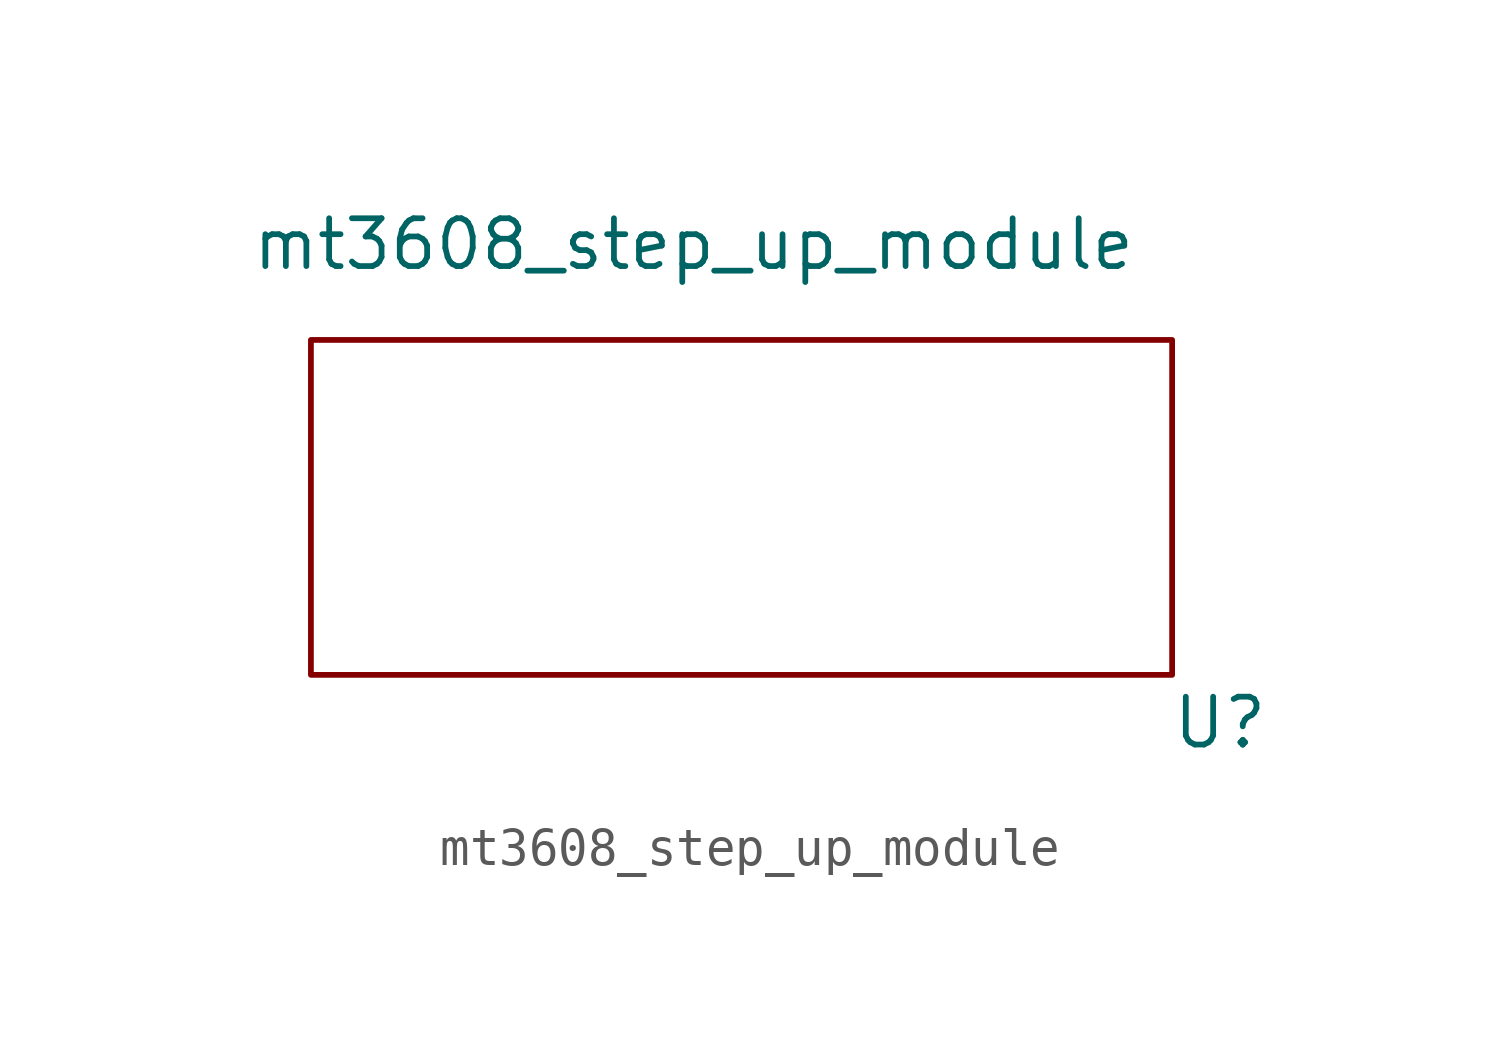
<source format=kicad_sym>
(kicad_symbol_lib
  (version 20211014)
  (generator kicad_symbol_editor)
  (symbol "mt3608_step_up_module"
    (property "Reference" "U"
      (at 12.7 -6.35 0)
      (effects (font (size 1.27 1.27))))
    (property "Value" "mt3608_step_up_module"
      (at -1.27 6.35 0)
      (effects (font (size 1.27 1.27))))
    (symbol "mt3608_step_up_module_0_1"
      (rectangle (start -11.43 3.81) (end 11.43 -5.08) (stroke (width 0) (type default) (color 0 0 0 0)) (fill (type none))))))
</source>
